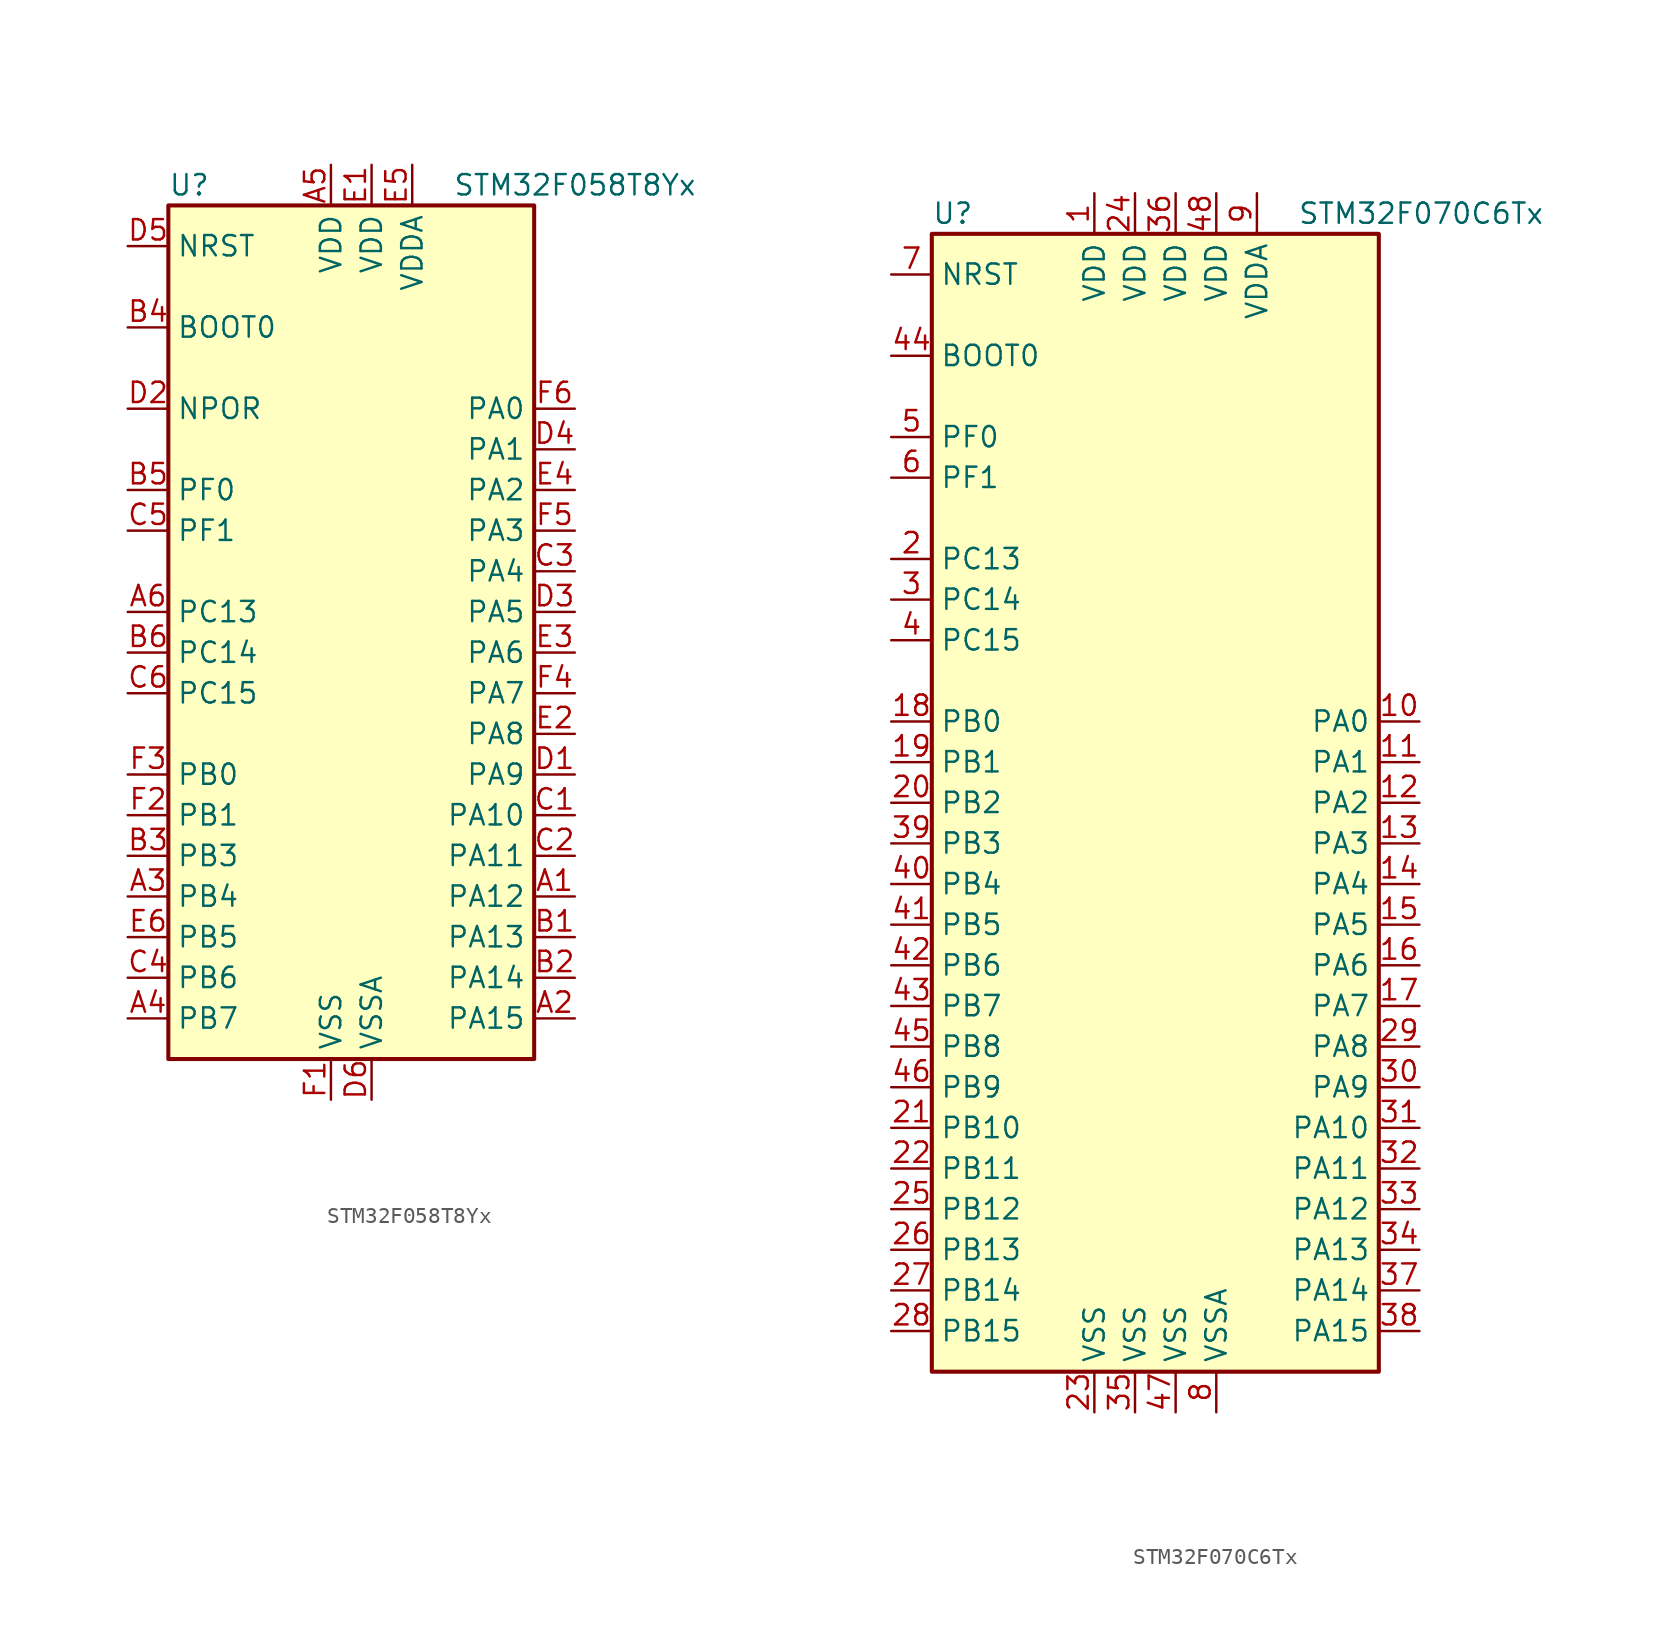
<source format=kicad_sym>
(kicad_symbol_lib
  (version 20201005)
  (generator kicad_symbol_editor)
  (symbol "STM32F058T8Yx"
    (property "Reference" "U"
      (at -12.7 26.67 0)
      (effects (font (size 1.27 1.27)) (justify left)))
    (property "Value" "STM32F058T8Yx"
      (at 5.08 26.67 0)
      (effects (font (size 1.27 1.27)) (justify left)))
    (symbol "STM32F058T8Yx_0_1"
      (rectangle (start -12.7 -27.94) (end 10.16 25.4) (stroke (width 0.254)) (fill (type background))))
    (symbol "STM32F058T8Yx_1_1"
      (pin input line (at -15.24 17.78 0) (length 2.54) (name "BOOT0" (effects (font (size 1.27 1.27)))) (number "B4" (effects (font (size 1.27 1.27)))))
      (pin power_in line (at -15.24 12.7 0) (length 2.54) (name "NPOR" (effects (font (size 1.27 1.27)))) (number "D2" (effects (font (size 1.27 1.27)))))
      (pin input line (at -15.24 22.86 0) (length 2.54) (name "NRST" (effects (font (size 1.27 1.27)))) (number "D5" (effects (font (size 1.27 1.27)))))
      (pin bidirectional line (at 12.7 12.7 180) (length 2.54) (name "PA0" (effects (font (size 1.27 1.27)))) (number "F6" (effects (font (size 1.27 1.27)))))
      (pin bidirectional line (at 12.7 10.16 180) (length 2.54) (name "PA1" (effects (font (size 1.27 1.27)))) (number "D4" (effects (font (size 1.27 1.27)))))
      (pin bidirectional line (at 12.7 -12.7 180) (length 2.54) (name "PA10" (effects (font (size 1.27 1.27)))) (number "C1" (effects (font (size 1.27 1.27)))))
      (pin bidirectional line (at 12.7 -15.24 180) (length 2.54) (name "PA11" (effects (font (size 1.27 1.27)))) (number "C2" (effects (font (size 1.27 1.27)))))
      (pin bidirectional line (at 12.7 -17.78 180) (length 2.54) (name "PA12" (effects (font (size 1.27 1.27)))) (number "A1" (effects (font (size 1.27 1.27)))))
      (pin bidirectional line (at 12.7 -20.32 180) (length 2.54) (name "PA13" (effects (font (size 1.27 1.27)))) (number "B1" (effects (font (size 1.27 1.27)))))
      (pin bidirectional line (at 12.7 -22.86 180) (length 2.54) (name "PA14" (effects (font (size 1.27 1.27)))) (number "B2" (effects (font (size 1.27 1.27)))))
      (pin bidirectional line (at 12.7 -25.4 180) (length 2.54) (name "PA15" (effects (font (size 1.27 1.27)))) (number "A2" (effects (font (size 1.27 1.27)))))
      (pin bidirectional line (at 12.7 7.62 180) (length 2.54) (name "PA2" (effects (font (size 1.27 1.27)))) (number "E4" (effects (font (size 1.27 1.27)))))
      (pin bidirectional line (at 12.7 5.08 180) (length 2.54) (name "PA3" (effects (font (size 1.27 1.27)))) (number "F5" (effects (font (size 1.27 1.27)))))
      (pin bidirectional line (at 12.7 2.54 180) (length 2.54) (name "PA4" (effects (font (size 1.27 1.27)))) (number "C3" (effects (font (size 1.27 1.27)))))
      (pin bidirectional line (at 12.7 0 180) (length 2.54) (name "PA5" (effects (font (size 1.27 1.27)))) (number "D3" (effects (font (size 1.27 1.27)))))
      (pin bidirectional line (at 12.7 -2.54 180) (length 2.54) (name "PA6" (effects (font (size 1.27 1.27)))) (number "E3" (effects (font (size 1.27 1.27)))))
      (pin bidirectional line (at 12.7 -5.08 180) (length 2.54) (name "PA7" (effects (font (size 1.27 1.27)))) (number "F4" (effects (font (size 1.27 1.27)))))
      (pin bidirectional line (at 12.7 -7.62 180) (length 2.54) (name "PA8" (effects (font (size 1.27 1.27)))) (number "E2" (effects (font (size 1.27 1.27)))))
      (pin bidirectional line (at 12.7 -10.16 180) (length 2.54) (name "PA9" (effects (font (size 1.27 1.27)))) (number "D1" (effects (font (size 1.27 1.27)))))
      (pin bidirectional line (at -15.24 -10.16 0) (length 2.54) (name "PB0" (effects (font (size 1.27 1.27)))) (number "F3" (effects (font (size 1.27 1.27)))))
      (pin bidirectional line (at -15.24 -12.7 0) (length 2.54) (name "PB1" (effects (font (size 1.27 1.27)))) (number "F2" (effects (font (size 1.27 1.27)))))
      (pin bidirectional line (at -15.24 -15.24 0) (length 2.54) (name "PB3" (effects (font (size 1.27 1.27)))) (number "B3" (effects (font (size 1.27 1.27)))))
      (pin bidirectional line (at -15.24 -17.78 0) (length 2.54) (name "PB4" (effects (font (size 1.27 1.27)))) (number "A3" (effects (font (size 1.27 1.27)))))
      (pin bidirectional line (at -15.24 -20.32 0) (length 2.54) (name "PB5" (effects (font (size 1.27 1.27)))) (number "E6" (effects (font (size 1.27 1.27)))))
      (pin bidirectional line (at -15.24 -22.86 0) (length 2.54) (name "PB6" (effects (font (size 1.27 1.27)))) (number "C4" (effects (font (size 1.27 1.27)))))
      (pin bidirectional line (at -15.24 -25.4 0) (length 2.54) (name "PB7" (effects (font (size 1.27 1.27)))) (number "A4" (effects (font (size 1.27 1.27)))))
      (pin bidirectional line (at -15.24 0 0) (length 2.54) (name "PC13" (effects (font (size 1.27 1.27)))) (number "A6" (effects (font (size 1.27 1.27)))))
      (pin bidirectional line (at -15.24 -2.54 0) (length 2.54) (name "PC14" (effects (font (size 1.27 1.27)))) (number "B6" (effects (font (size 1.27 1.27)))))
      (pin bidirectional line (at -15.24 -5.08 0) (length 2.54) (name "PC15" (effects (font (size 1.27 1.27)))) (number "C6" (effects (font (size 1.27 1.27)))))
      (pin input line (at -15.24 7.62 0) (length 2.54) (name "PF0" (effects (font (size 1.27 1.27)))) (number "B5" (effects (font (size 1.27 1.27)))))
      (pin input line (at -15.24 5.08 0) (length 2.54) (name "PF1" (effects (font (size 1.27 1.27)))) (number "C5" (effects (font (size 1.27 1.27)))))
      (pin power_in line (at -2.54 27.94 270) (length 2.54) (name "VDD" (effects (font (size 1.27 1.27)))) (number "A5" (effects (font (size 1.27 1.27)))))
      (pin power_in line (at 0 27.94 270) (length 2.54) (name "VDD" (effects (font (size 1.27 1.27)))) (number "E1" (effects (font (size 1.27 1.27)))))
      (pin power_in line (at 2.54 27.94 270) (length 2.54) (name "VDDA" (effects (font (size 1.27 1.27)))) (number "E5" (effects (font (size 1.27 1.27)))))
      (pin power_in line (at -2.54 -30.48 90) (length 2.54) (name "VSS" (effects (font (size 1.27 1.27)))) (number "F1" (effects (font (size 1.27 1.27)))))
      (pin power_in line (at 0 -30.48 90) (length 2.54) (name "VSSA" (effects (font (size 1.27 1.27)))) (number "D6" (effects (font (size 1.27 1.27)))))))
  (symbol "STM32F070C6Tx"
    (property "Reference" "U"
      (at -15.24 36.83 0)
      (effects (font (size 1.27 1.27)) (justify left)))
    (property "Value" "STM32F070C6Tx"
      (at 7.62 36.83 0)
      (effects (font (size 1.27 1.27)) (justify left)))
    (symbol "STM32F070C6Tx_0_1"
      (rectangle (start -15.24 -35.56) (end 12.7 35.56) (stroke (width 0.254)) (fill (type background))))
    (symbol "STM32F070C6Tx_1_1"
      (pin input line (at -17.78 27.94 0) (length 2.54) (name "BOOT0" (effects (font (size 1.27 1.27)))) (number "44" (effects (font (size 1.27 1.27)))))
      (pin input line (at -17.78 33.02 0) (length 2.54) (name "NRST" (effects (font (size 1.27 1.27)))) (number "7" (effects (font (size 1.27 1.27)))))
      (pin bidirectional line (at 15.24 5.08 180) (length 2.54) (name "PA0" (effects (font (size 1.27 1.27)))) (number "10" (effects (font (size 1.27 1.27)))))
      (pin bidirectional line (at 15.24 2.54 180) (length 2.54) (name "PA1" (effects (font (size 1.27 1.27)))) (number "11" (effects (font (size 1.27 1.27)))))
      (pin bidirectional line (at 15.24 -20.32 180) (length 2.54) (name "PA10" (effects (font (size 1.27 1.27)))) (number "31" (effects (font (size 1.27 1.27)))))
      (pin bidirectional line (at 15.24 -22.86 180) (length 2.54) (name "PA11" (effects (font (size 1.27 1.27)))) (number "32" (effects (font (size 1.27 1.27)))))
      (pin bidirectional line (at 15.24 -25.4 180) (length 2.54) (name "PA12" (effects (font (size 1.27 1.27)))) (number "33" (effects (font (size 1.27 1.27)))))
      (pin bidirectional line (at 15.24 -27.94 180) (length 2.54) (name "PA13" (effects (font (size 1.27 1.27)))) (number "34" (effects (font (size 1.27 1.27)))))
      (pin bidirectional line (at 15.24 -30.48 180) (length 2.54) (name "PA14" (effects (font (size 1.27 1.27)))) (number "37" (effects (font (size 1.27 1.27)))))
      (pin bidirectional line (at 15.24 -33.02 180) (length 2.54) (name "PA15" (effects (font (size 1.27 1.27)))) (number "38" (effects (font (size 1.27 1.27)))))
      (pin bidirectional line (at 15.24 0 180) (length 2.54) (name "PA2" (effects (font (size 1.27 1.27)))) (number "12" (effects (font (size 1.27 1.27)))))
      (pin bidirectional line (at 15.24 -2.54 180) (length 2.54) (name "PA3" (effects (font (size 1.27 1.27)))) (number "13" (effects (font (size 1.27 1.27)))))
      (pin bidirectional line (at 15.24 -5.08 180) (length 2.54) (name "PA4" (effects (font (size 1.27 1.27)))) (number "14" (effects (font (size 1.27 1.27)))))
      (pin bidirectional line (at 15.24 -7.62 180) (length 2.54) (name "PA5" (effects (font (size 1.27 1.27)))) (number "15" (effects (font (size 1.27 1.27)))))
      (pin bidirectional line (at 15.24 -10.16 180) (length 2.54) (name "PA6" (effects (font (size 1.27 1.27)))) (number "16" (effects (font (size 1.27 1.27)))))
      (pin bidirectional line (at 15.24 -12.7 180) (length 2.54) (name "PA7" (effects (font (size 1.27 1.27)))) (number "17" (effects (font (size 1.27 1.27)))))
      (pin bidirectional line (at 15.24 -15.24 180) (length 2.54) (name "PA8" (effects (font (size 1.27 1.27)))) (number "29" (effects (font (size 1.27 1.27)))))
      (pin bidirectional line (at 15.24 -17.78 180) (length 2.54) (name "PA9" (effects (font (size 1.27 1.27)))) (number "30" (effects (font (size 1.27 1.27)))))
      (pin bidirectional line (at -17.78 5.08 0) (length 2.54) (name "PB0" (effects (font (size 1.27 1.27)))) (number "18" (effects (font (size 1.27 1.27)))))
      (pin bidirectional line (at -17.78 2.54 0) (length 2.54) (name "PB1" (effects (font (size 1.27 1.27)))) (number "19" (effects (font (size 1.27 1.27)))))
      (pin bidirectional line (at -17.78 -20.32 0) (length 2.54) (name "PB10" (effects (font (size 1.27 1.27)))) (number "21" (effects (font (size 1.27 1.27)))))
      (pin bidirectional line (at -17.78 -22.86 0) (length 2.54) (name "PB11" (effects (font (size 1.27 1.27)))) (number "22" (effects (font (size 1.27 1.27)))))
      (pin bidirectional line (at -17.78 -25.4 0) (length 2.54) (name "PB12" (effects (font (size 1.27 1.27)))) (number "25" (effects (font (size 1.27 1.27)))))
      (pin bidirectional line (at -17.78 -27.94 0) (length 2.54) (name "PB13" (effects (font (size 1.27 1.27)))) (number "26" (effects (font (size 1.27 1.27)))))
      (pin bidirectional line (at -17.78 -30.48 0) (length 2.54) (name "PB14" (effects (font (size 1.27 1.27)))) (number "27" (effects (font (size 1.27 1.27)))))
      (pin bidirectional line (at -17.78 -33.02 0) (length 2.54) (name "PB15" (effects (font (size 1.27 1.27)))) (number "28" (effects (font (size 1.27 1.27)))))
      (pin bidirectional line (at -17.78 0 0) (length 2.54) (name "PB2" (effects (font (size 1.27 1.27)))) (number "20" (effects (font (size 1.27 1.27)))))
      (pin bidirectional line (at -17.78 -2.54 0) (length 2.54) (name "PB3" (effects (font (size 1.27 1.27)))) (number "39" (effects (font (size 1.27 1.27)))))
      (pin bidirectional line (at -17.78 -5.08 0) (length 2.54) (name "PB4" (effects (font (size 1.27 1.27)))) (number "40" (effects (font (size 1.27 1.27)))))
      (pin bidirectional line (at -17.78 -7.62 0) (length 2.54) (name "PB5" (effects (font (size 1.27 1.27)))) (number "41" (effects (font (size 1.27 1.27)))))
      (pin bidirectional line (at -17.78 -10.16 0) (length 2.54) (name "PB6" (effects (font (size 1.27 1.27)))) (number "42" (effects (font (size 1.27 1.27)))))
      (pin bidirectional line (at -17.78 -12.7 0) (length 2.54) (name "PB7" (effects (font (size 1.27 1.27)))) (number "43" (effects (font (size 1.27 1.27)))))
      (pin bidirectional line (at -17.78 -15.24 0) (length 2.54) (name "PB8" (effects (font (size 1.27 1.27)))) (number "45" (effects (font (size 1.27 1.27)))))
      (pin bidirectional line (at -17.78 -17.78 0) (length 2.54) (name "PB9" (effects (font (size 1.27 1.27)))) (number "46" (effects (font (size 1.27 1.27)))))
      (pin bidirectional line (at -17.78 15.24 0) (length 2.54) (name "PC13" (effects (font (size 1.27 1.27)))) (number "2" (effects (font (size 1.27 1.27)))))
      (pin bidirectional line (at -17.78 12.7 0) (length 2.54) (name "PC14" (effects (font (size 1.27 1.27)))) (number "3" (effects (font (size 1.27 1.27)))))
      (pin bidirectional line (at -17.78 10.16 0) (length 2.54) (name "PC15" (effects (font (size 1.27 1.27)))) (number "4" (effects (font (size 1.27 1.27)))))
      (pin input line (at -17.78 22.86 0) (length 2.54) (name "PF0" (effects (font (size 1.27 1.27)))) (number "5" (effects (font (size 1.27 1.27)))))
      (pin input line (at -17.78 20.32 0) (length 2.54) (name "PF1" (effects (font (size 1.27 1.27)))) (number "6" (effects (font (size 1.27 1.27)))))
      (pin power_in line (at -5.08 38.1 270) (length 2.54) (name "VDD" (effects (font (size 1.27 1.27)))) (number "1" (effects (font (size 1.27 1.27)))))
      (pin power_in line (at -2.54 38.1 270) (length 2.54) (name "VDD" (effects (font (size 1.27 1.27)))) (number "24" (effects (font (size 1.27 1.27)))))
      (pin power_in line (at 0 38.1 270) (length 2.54) (name "VDD" (effects (font (size 1.27 1.27)))) (number "36" (effects (font (size 1.27 1.27)))))
      (pin power_in line (at 2.54 38.1 270) (length 2.54) (name "VDD" (effects (font (size 1.27 1.27)))) (number "48" (effects (font (size 1.27 1.27)))))
      (pin power_in line (at 5.08 38.1 270) (length 2.54) (name "VDDA" (effects (font (size 1.27 1.27)))) (number "9" (effects (font (size 1.27 1.27)))))
      (pin power_in line (at -5.08 -38.1 90) (length 2.54) (name "VSS" (effects (font (size 1.27 1.27)))) (number "23" (effects (font (size 1.27 1.27)))))
      (pin power_in line (at -2.54 -38.1 90) (length 2.54) (name "VSS" (effects (font (size 1.27 1.27)))) (number "35" (effects (font (size 1.27 1.27)))))
      (pin power_in line (at 0 -38.1 90) (length 2.54) (name "VSS" (effects (font (size 1.27 1.27)))) (number "47" (effects (font (size 1.27 1.27)))))
      (pin power_in line (at 2.54 -38.1 90) (length 2.54) (name "VSSA" (effects (font (size 1.27 1.27)))) (number "8" (effects (font (size 1.27 1.27))))))))
</source>
